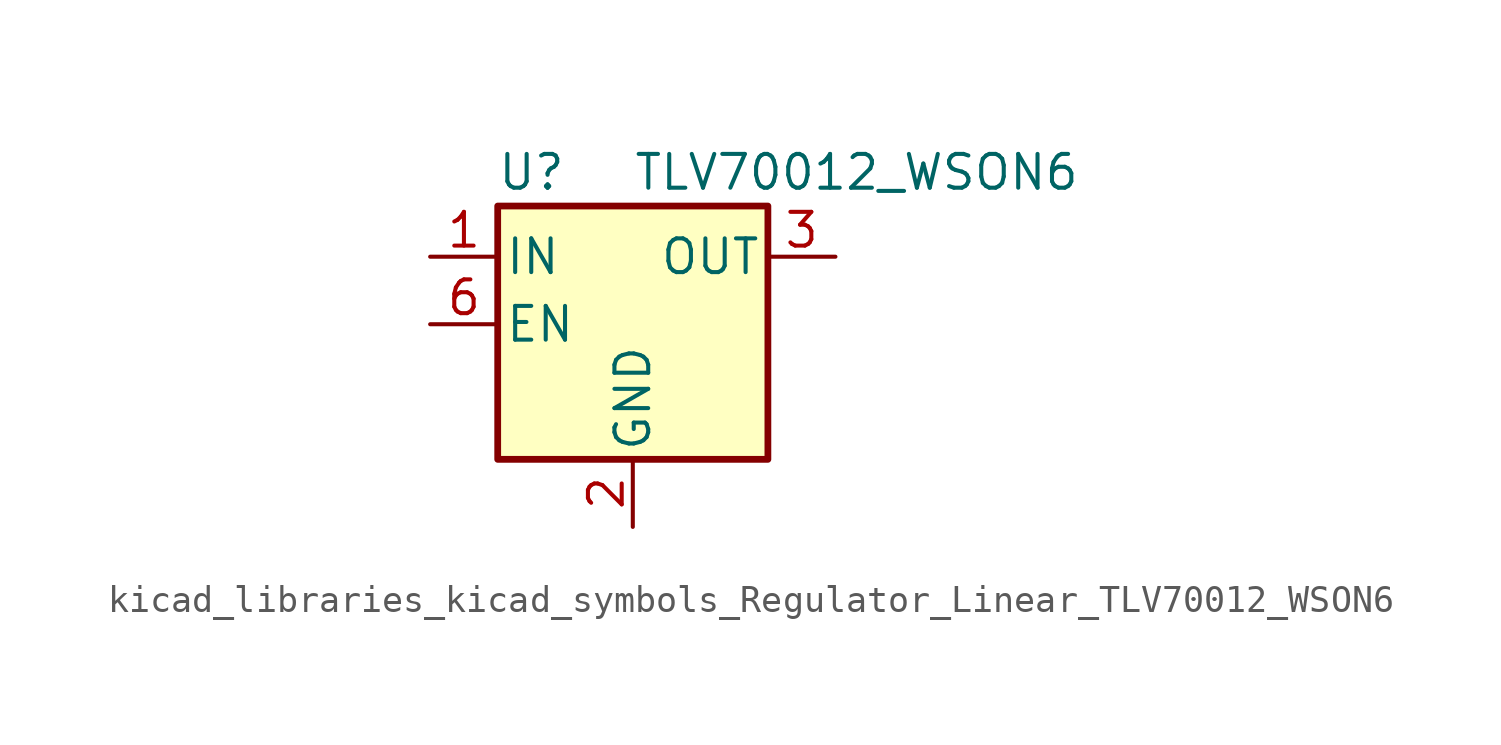
<source format=kicad_sym>
(kicad_symbol_lib
  (version 20220914)
  (generator kicad_symbol_editor)
  (symbol "kicad_libraries_kicad_symbols_Regulator_Linear_TLV70012_WSON6"
    (pin_names
      (offset 0.254))
    (property "Reference" "U"
      (at -3.81 5.715 0)
      (effects (font (size 1.27 1.27))))
    (property "Value" "TLV70012_WSON6"
      (at 0 5.715 0)
      (effects (font (size 1.27 1.27)) (justify left)))
    (symbol "kicad_libraries_kicad_symbols_Regulator_Linear_TLV70012_WSON6_0_1"
      (rectangle (start -5.08 4.445) (end 5.08 -5.08) (stroke (width 0.254) (type default)) (fill (type background))))
    (symbol "kicad_libraries_kicad_symbols_Regulator_Linear_TLV70012_WSON6_1_1"
      (pin power_in line (at -7.62 2.54 0) (length 2.54) (name "IN" (effects (font (size 1.27 1.27)))) (number "1" (effects (font (size 1.27 1.27)))))
      (pin power_in line (at 0 -7.62 90) (length 2.54) (name "GND" (effects (font (size 1.27 1.27)))) (number "2" (effects (font (size 1.27 1.27)))))
      (pin power_out line (at 7.62 2.54 180) (length 2.54) (name "OUT" (effects (font (size 1.27 1.27)))) (number "3" (effects (font (size 1.27 1.27)))))
      (pin no_connect line (at 7.62 0 180) (length 2.54) hide (name "NC" (effects (font (size 1.27 1.27)))) (number "4" (effects (font (size 1.27 1.27)))))
      (pin no_connect line (at -2.54 -5.08 90) (length 2.54) hide (name "NC" (effects (font (size 1.27 1.27)))) (number "5" (effects (font (size 1.27 1.27)))))
      (pin input line (at -7.62 0 0) (length 2.54) (name "EN" (effects (font (size 1.27 1.27)))) (number "6" (effects (font (size 1.27 1.27))))))))
</source>
